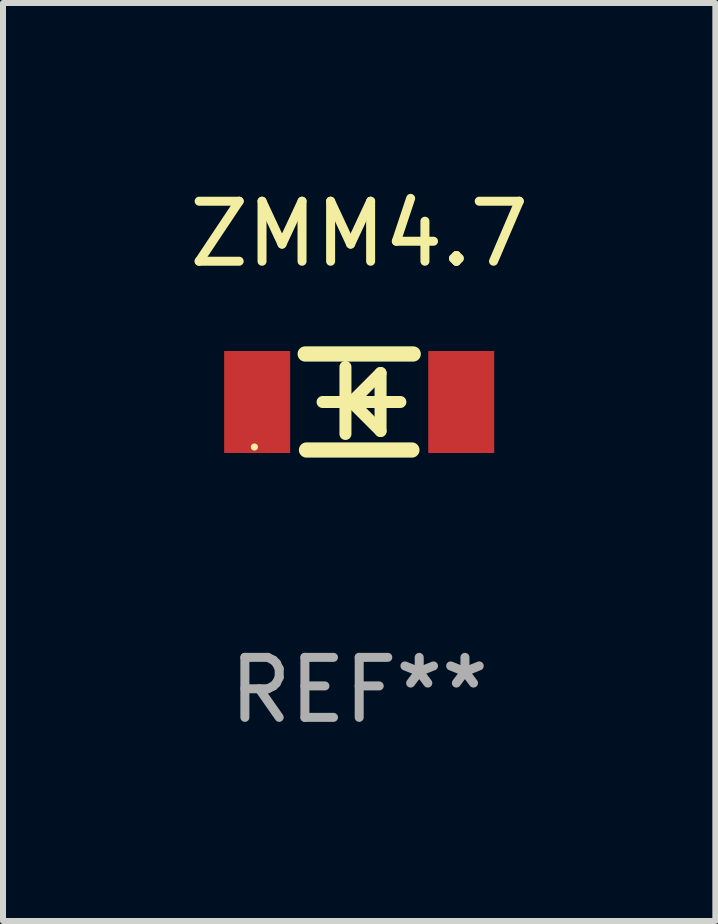
<source format=kicad_pcb>
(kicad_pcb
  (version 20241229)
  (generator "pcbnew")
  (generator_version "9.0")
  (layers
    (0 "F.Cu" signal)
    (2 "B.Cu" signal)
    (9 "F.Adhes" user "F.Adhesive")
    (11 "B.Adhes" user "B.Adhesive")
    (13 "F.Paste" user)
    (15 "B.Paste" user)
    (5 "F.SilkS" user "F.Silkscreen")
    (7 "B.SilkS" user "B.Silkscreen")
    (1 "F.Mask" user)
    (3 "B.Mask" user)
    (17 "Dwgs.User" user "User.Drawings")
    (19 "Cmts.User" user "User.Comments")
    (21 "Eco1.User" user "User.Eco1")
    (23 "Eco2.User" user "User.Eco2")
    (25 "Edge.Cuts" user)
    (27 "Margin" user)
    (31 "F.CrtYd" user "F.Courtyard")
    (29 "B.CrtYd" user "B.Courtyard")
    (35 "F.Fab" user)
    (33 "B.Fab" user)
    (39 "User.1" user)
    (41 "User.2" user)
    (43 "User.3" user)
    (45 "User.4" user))
  (footprint "ZMM4.7"
    (layer "F.Cu")
    (at 2.935 3.648)
    (property "Reference" "ZMM4.7" (at 0 -2.8 0) (layer "F.SilkS") (effects (font (size 1 1) (thickness 0.15))))
    (attr through_hole)
    (fp_line (start -0.9 -0.8) (end 0.9 -0.8) (stroke (width 0.254) (type solid)) (layer "F.SilkS"))
    (fp_line (start -0.878 0.8) (end 0.878 0.8) (stroke (width 0.254) (type solid)) (layer "F.SilkS"))
    (fp_line (start -0.61 0) (end 0.686 0) (stroke (width 0.2) (type solid)) (layer "F.SilkS"))
    (fp_line (start -0.229 -0.584) (end -0.229 0.533) (stroke (width 0.2) (type solid)) (layer "F.SilkS"))
    (fp_line (start -0.127 0) (end 0.356 -0.483) (stroke (width 0.2) (type solid)) (layer "F.SilkS"))
    (fp_line (start 0.356 -0.483) (end 0.356 0.483) (stroke (width 0.2) (type solid)) (layer "F.SilkS"))
    (fp_line (start 0.356 0.483) (end -0.102 0.025) (stroke (width 0.2) (type solid)) (layer "F.SilkS"))
    (fp_circle (center -1.746 0.75) (end -1.716 0.75) (stroke (width 0.06) (type solid)) (fill no) (layer "F.SilkS"))
    (fp_text user "REF**" (at 0 4.8 0) (layer "F.Fab") (effects (font (size 1 1) (thickness 0.15))))
    (pad "1" smd rect (at -1.7 0 180) (size 1.1 1.7) (layers "F.Cu" "F.Mask" "F.Paste"))
    (pad "2" smd rect (at 1.7 0 180) (size 1.1 1.7) (layers "F.Cu" "F.Mask" "F.Paste")))
  (gr_rect
    (start -3 -3)
    (end 8.869 12.296)
    (stroke (width 0.1) (type default))
    (fill no)
    (layer "Edge.Cuts")))
</source>
